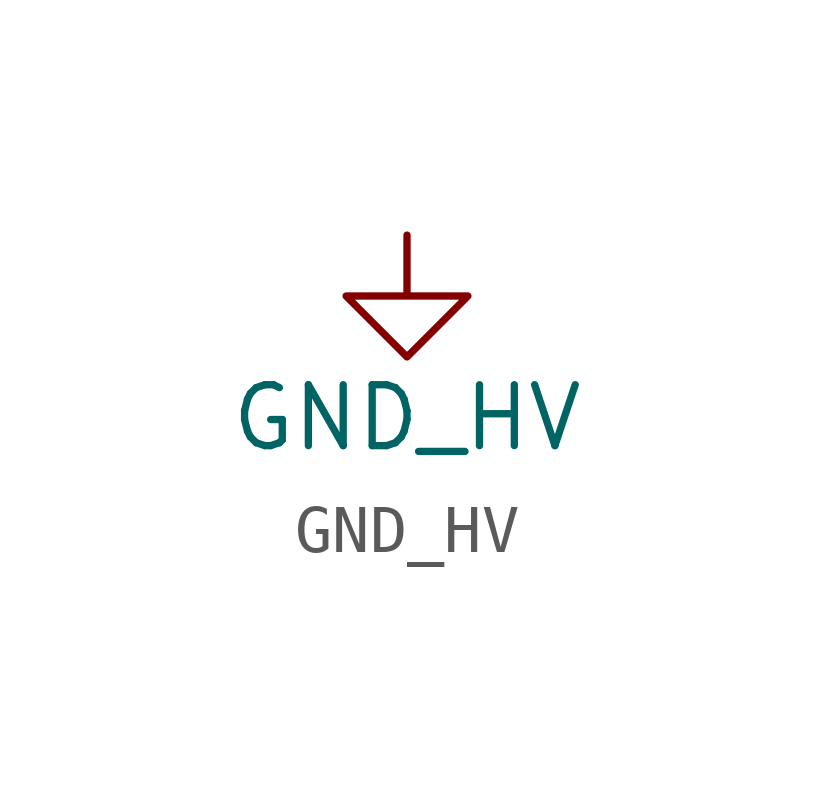
<source format=kicad_sym>
(kicad_symbol_lib
  (version 20211014)
  (generator kicad_symbol_editor)
  (symbol "GND_HV"
    (power)
    (pin_names
      (offset 0))
    (property "Reference" "#PWR"
      (at 0 -6.35 0)
      (effects (font (size 1.27 1.27)) hide))
    (property "Value" "GND_HV"
      (at 0 -3.81 0)
      (effects (font (size 1.27 1.27))))
    (symbol "GND_HV_0_1"
      (polyline (pts (xy 0 0) (xy 0 -1.27) (xy 1.27 -1.27) (xy 0 -2.54) (xy -1.27 -1.27) (xy 0 -1.27)) (stroke (width 0) (type default) (color 0 0 0 0)) (fill (type none))))
    (symbol "GND_HV_1_1"
      (pin power_in line (at 0 0 270) (length 0) hide (name "GND_HV" (effects (font (size 1.27 1.27)))) (number "1" (effects (font (size 1.27 1.27))))))))
</source>
